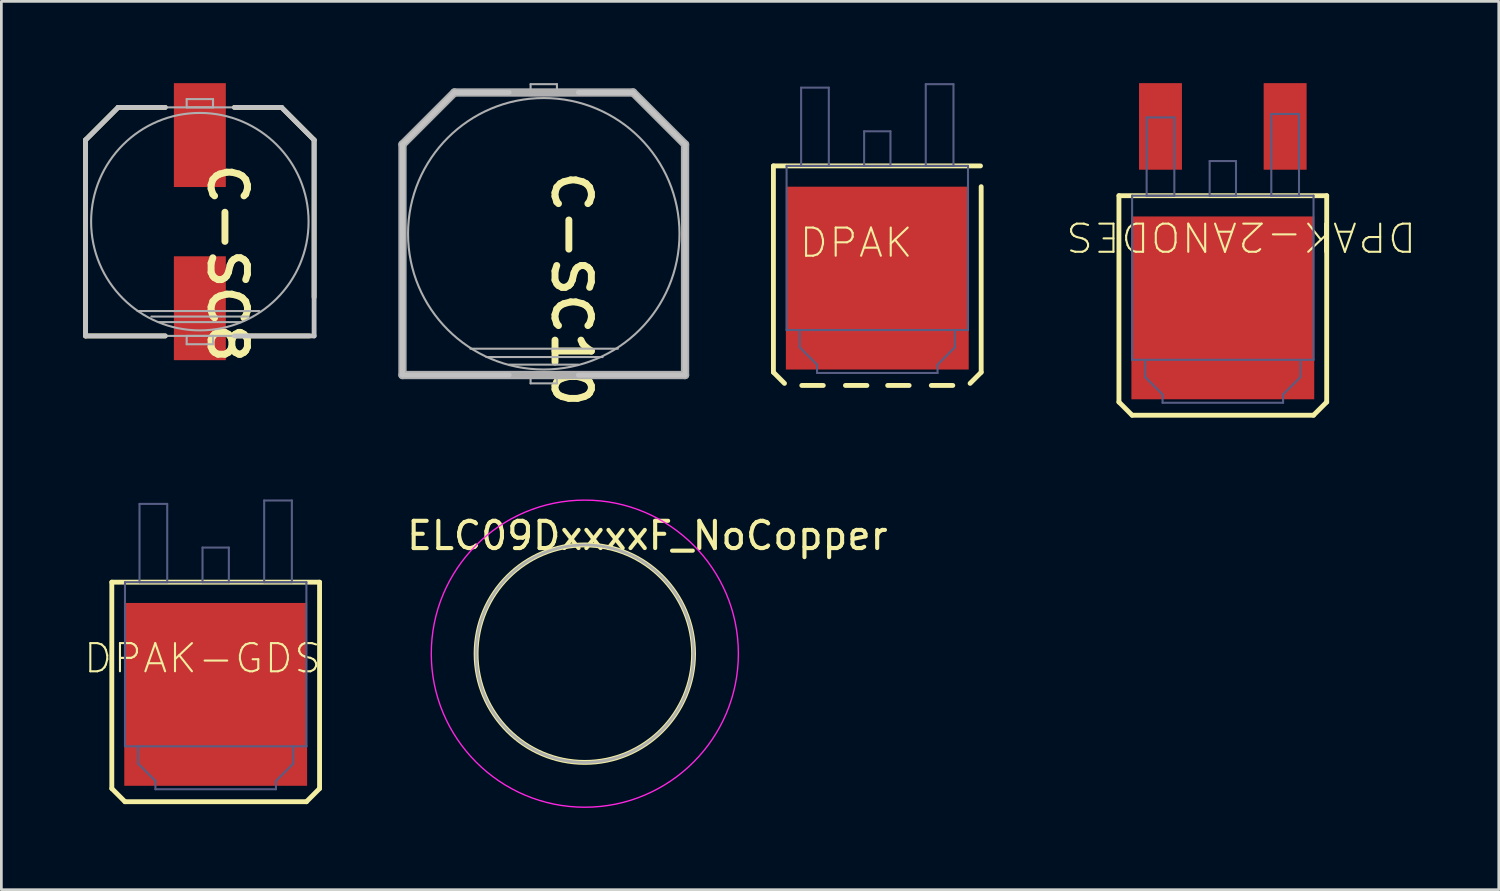
<source format=kicad_pcb>
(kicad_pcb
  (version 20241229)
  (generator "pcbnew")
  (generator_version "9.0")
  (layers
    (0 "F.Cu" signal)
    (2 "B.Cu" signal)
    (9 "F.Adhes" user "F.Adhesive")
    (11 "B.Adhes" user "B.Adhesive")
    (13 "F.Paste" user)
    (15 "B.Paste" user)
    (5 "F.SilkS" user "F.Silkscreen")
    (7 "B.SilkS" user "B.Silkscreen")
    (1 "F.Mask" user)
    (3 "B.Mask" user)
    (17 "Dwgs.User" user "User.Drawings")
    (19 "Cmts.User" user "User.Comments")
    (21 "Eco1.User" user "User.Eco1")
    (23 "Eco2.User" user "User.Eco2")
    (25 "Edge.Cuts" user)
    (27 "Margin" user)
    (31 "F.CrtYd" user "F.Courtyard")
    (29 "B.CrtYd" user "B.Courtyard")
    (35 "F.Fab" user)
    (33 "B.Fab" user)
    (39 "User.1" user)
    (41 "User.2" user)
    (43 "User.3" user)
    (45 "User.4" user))
  (footprint "C-SC10"
    (layer "F.Cu")
    (at 16.894 5.524)
    (property "Reference" "C-SC10" (at 1.016 2.032 270) (unlocked yes) (layer "F.SilkS") (effects (font (size 1.333 1.402) (thickness 0.254))))
    (attr smd)
    (fp_line (start -5.182 -3.277) (end -3.759 -4.699) (stroke (width 0.178) (type solid)) (layer "F.SilkS"))
    (fp_line (start -5.182 3.658) (end -5.182 -3.277) (stroke (width 0.178) (type solid)) (layer "F.SilkS"))
    (fp_line (start -5.182 5.182) (end -5.182 5.08) (stroke (width 0.178) (type solid)) (layer "F.SilkS"))
    (fp_line (start -5.182 5.182) (end -1.27 5.182) (stroke (width 0.178) (type solid)) (layer "F.SilkS"))
    (fp_line (start -3.454 -5.004) (end -3.277 -5.182) (stroke (width 0.178) (type solid)) (layer "F.SilkS"))
    (fp_line (start -3.277 -5.182) (end -1.27 -5.182) (stroke (width 0.178) (type solid)) (layer "F.SilkS"))
    (fp_line (start 1.27 -5.182) (end 3.277 -5.182) (stroke (width 0.178) (type solid)) (layer "F.SilkS"))
    (fp_line (start 1.27 5.182) (end 5.182 5.182) (stroke (width 0.178) (type solid)) (layer "F.SilkS"))
    (fp_line (start 3.277 -5.182) (end 5.182 -3.277) (stroke (width 0.178) (type solid)) (layer "F.SilkS"))
    (fp_line (start 5.182 5.182) (end 5.182 -3.277) (stroke (width 0.178) (type solid)) (layer "F.SilkS"))
    (fp_line (start -5.182 -3.277) (end -3.277 -5.182) (stroke (width 0.178) (type solid)) (layer "Dwgs.User"))
    (fp_line (start -5.182 5.182) (end -5.182 -3.277) (stroke (width 0.178) (type solid)) (layer "Dwgs.User"))
    (fp_line (start -5.182 5.182) (end -1.27 5.182) (stroke (width 0.178) (type solid)) (layer "Dwgs.User"))
    (fp_line (start -3.277 -5.182) (end -1.27 -5.182) (stroke (width 0.178) (type solid)) (layer "Dwgs.User"))
    (fp_line (start 1.27 -5.182) (end 3.277 -5.182) (stroke (width 0.178) (type solid)) (layer "Dwgs.User"))
    (fp_line (start 1.27 5.182) (end 5.182 5.182) (stroke (width 0.178) (type solid)) (layer "Dwgs.User"))
    (fp_line (start 3.277 -5.182) (end 5.182 -3.277) (stroke (width 0.178) (type solid)) (layer "Dwgs.User"))
    (fp_line (start 5.182 5.182) (end 5.182 -3.277) (stroke (width 0.178) (type solid)) (layer "Dwgs.User"))
    (fp_line (start -5.182 -3.277) (end -3.277 -5.182) (stroke (width 0.305) (type solid)) (layer "F.Fab"))
    (fp_line (start -5.182 5.182) (end -5.182 -3.277) (stroke (width 0.305) (type solid)) (layer "F.Fab"))
    (fp_line (start -5.182 5.182) (end 5.182 5.182) (stroke (width 0.305) (type solid)) (layer "F.Fab"))
    (fp_line (start -3.277 -5.182) (end 3.277 -5.182) (stroke (width 0.305) (type solid)) (layer "F.Fab"))
    (fp_line (start -2.692 4.216) (end 2.718 4.216) (stroke (width 0.076) (type solid)) (layer "F.Fab"))
    (fp_line (start -2.108 4.521) (end 2.159 4.521) (stroke (width 0.076) (type solid)) (layer "F.Fab"))
    (fp_line (start -1.27 4.801) (end 1.27 4.801) (stroke (width 0.076) (type solid)) (layer "F.Fab"))
    (fp_line (start -0.483 -5.486) (end 0.483 -5.486) (stroke (width 0.076) (type solid)) (layer "F.Fab"))
    (fp_line (start -0.483 -5.182) (end -0.483 -5.486) (stroke (width 0.076) (type solid)) (layer "F.Fab"))
    (fp_line (start -0.483 -5.182) (end 0.483 -5.182) (stroke (width 0.076) (type solid)) (layer "F.Fab"))
    (fp_line (start -0.483 5.182) (end 0.483 5.182) (stroke (width 0.076) (type solid)) (layer "F.Fab"))
    (fp_line (start -0.483 5.486) (end -0.483 5.182) (stroke (width 0.076) (type solid)) (layer "F.Fab"))
    (fp_line (start -0.483 5.486) (end 0.483 5.486) (stroke (width 0.076) (type solid)) (layer "F.Fab"))
    (fp_line (start 0.483 -5.182) (end 0.483 -5.486) (stroke (width 0.076) (type solid)) (layer "F.Fab"))
    (fp_line (start 0.483 5.486) (end 0.483 5.182) (stroke (width 0.076) (type solid)) (layer "F.Fab"))
    (fp_line (start 3.277 -5.182) (end 5.182 -3.277) (stroke (width 0.305) (type solid)) (layer "F.Fab"))
    (fp_line (start 5.182 5.182) (end 5.182 -3.277) (stroke (width 0.305) (type solid)) (layer "F.Fab"))
    (fp_circle (center 0 0) (end 4.978 0) (stroke (width 0.076) (type solid)) (fill no) (layer "F.Fab")))
  (footprint "DPAK"
    (layer "F.Cu")
    (at 29.127 5.372)
    (property "Reference" "DPAK" (at -0.775 0.483 0) (unlocked yes) (layer "F.SilkS") (effects (font (size 1.033 1.087) (thickness 0.076))))
    (attr smd)
    (fp_line (start -3.81 -2.337) (end -3.81 5.232) (stroke (width 0.178) (type solid)) (layer "F.SilkS"))
    (fp_line (start -3.404 5.639) (end -3.81 5.232) (stroke (width 0.178) (type solid)) (layer "F.SilkS"))
    (fp_line (start -1.981 5.715) (end -2.769 5.715) (stroke (width 0.178) (type solid)) (layer "F.SilkS"))
    (fp_line (start -0.381 5.715) (end -1.168 5.715) (stroke (width 0.178) (type solid)) (layer "F.SilkS"))
    (fp_line (start 1.168 5.715) (end 0.381 5.715) (stroke (width 0.178) (type solid)) (layer "F.SilkS"))
    (fp_line (start 2.769 5.715) (end 1.981 5.715) (stroke (width 0.178) (type solid)) (layer "F.SilkS"))
    (fp_line (start 3.785 -2.337) (end -3.81 -2.337) (stroke (width 0.178) (type solid)) (layer "F.SilkS"))
    (fp_line (start 3.81 -1.575) (end 3.81 5.232) (stroke (width 0.178) (type solid)) (layer "F.SilkS"))
    (fp_line (start 3.81 5.232) (end 3.404 5.639) (stroke (width 0.178) (type solid)) (layer "F.SilkS"))
    (fp_line (start -3.327 -2.337) (end -3.327 3.683) (stroke (width 0.076) (type solid)) (layer "B.Fab"))
    (fp_line (start -2.845 3.683) (end -2.845 4.318) (stroke (width 0.076) (type solid)) (layer "B.Fab"))
    (fp_line (start -2.794 -5.207) (end -2.794 -2.337) (stroke (width 0.076) (type solid)) (layer "B.Fab"))
    (fp_line (start -2.21 4.953) (end -2.845 4.318) (stroke (width 0.076) (type solid)) (layer "B.Fab"))
    (fp_line (start -2.21 4.953) (end -2.21 5.258) (stroke (width 0.076) (type solid)) (layer "B.Fab"))
    (fp_line (start -1.778 -5.207) (end -2.794 -5.207) (stroke (width 0.076) (type solid)) (layer "B.Fab"))
    (fp_line (start -1.778 -5.207) (end -1.778 -2.337) (stroke (width 0.076) (type solid)) (layer "B.Fab"))
    (fp_line (start -1.778 -2.337) (end -2.794 -2.337) (stroke (width 0.076) (type solid)) (layer "B.Fab"))
    (fp_line (start -0.483 -3.607) (end -0.483 -2.337) (stroke (width 0.076) (type solid)) (layer "B.Fab"))
    (fp_line (start 0.483 -3.607) (end -0.483 -3.607) (stroke (width 0.076) (type solid)) (layer "B.Fab"))
    (fp_line (start 0.483 -3.607) (end 0.483 -2.337) (stroke (width 0.076) (type solid)) (layer "B.Fab"))
    (fp_line (start 0.483 -2.337) (end -0.483 -2.337) (stroke (width 0.076) (type solid)) (layer "B.Fab"))
    (fp_line (start 1.778 -5.334) (end 1.778 -2.337) (stroke (width 0.076) (type solid)) (layer "B.Fab"))
    (fp_line (start 2.21 4.953) (end 2.21 5.258) (stroke (width 0.076) (type solid)) (layer "B.Fab"))
    (fp_line (start 2.21 5.258) (end -2.21 5.258) (stroke (width 0.076) (type solid)) (layer "B.Fab"))
    (fp_line (start 2.794 -5.334) (end 1.778 -5.334) (stroke (width 0.076) (type solid)) (layer "B.Fab"))
    (fp_line (start 2.794 -5.334) (end 2.794 -2.337) (stroke (width 0.076) (type solid)) (layer "B.Fab"))
    (fp_line (start 2.794 -2.337) (end 1.778 -2.337) (stroke (width 0.076) (type solid)) (layer "B.Fab"))
    (fp_line (start 2.845 3.683) (end 2.845 4.318) (stroke (width 0.076) (type solid)) (layer "B.Fab"))
    (fp_line (start 2.845 4.318) (end 2.21 4.953) (stroke (width 0.076) (type solid)) (layer "B.Fab"))
    (fp_line (start 3.327 -2.337) (end -3.327 -2.337) (stroke (width 0.076) (type solid)) (layer "B.Fab"))
    (fp_line (start 3.327 -2.337) (end 3.327 3.683) (stroke (width 0.076) (type solid)) (layer "B.Fab"))
    (fp_line (start 3.327 3.683) (end -3.327 3.683) (stroke (width 0.076) (type solid)) (layer "B.Fab"))
    (pad "2" smd rect (at 0 1.778 180) (size 6.706 6.706) (layers "F.Cu" "F.Mask" "F.Paste")))
  (footprint "C-SC8"
    (layer "F.Cu")
    (at 4.28 5.08)
    (property "Reference" "C-SC8" (at 1.016 1.524 270) (unlocked yes) (layer "F.SilkS") (effects (font (size 1.333 1.402) (thickness 0.254))))
    (attr smd)
    (fp_line (start -4.191 -2.997) (end -2.997 -4.191) (stroke (width 0.178) (type solid)) (layer "F.SilkS"))
    (fp_line (start -4.191 4.191) (end -4.191 -2.997) (stroke (width 0.178) (type solid)) (layer "F.SilkS"))
    (fp_line (start -4.191 4.191) (end -1.27 4.191) (stroke (width 0.178) (type solid)) (layer "F.SilkS"))
    (fp_line (start -2.997 -4.191) (end -1.27 -4.191) (stroke (width 0.178) (type solid)) (layer "F.SilkS"))
    (fp_line (start 1.27 -4.191) (end 2.997 -4.191) (stroke (width 0.178) (type solid)) (layer "F.SilkS"))
    (fp_line (start 1.27 4.191) (end 4.013 4.191) (stroke (width 0.178) (type solid)) (layer "F.SilkS"))
    (fp_line (start 2.997 -4.191) (end 4.191 -2.997) (stroke (width 0.178) (type solid)) (layer "F.SilkS"))
    (fp_line (start 4.191 2.769) (end 4.191 -2.997) (stroke (width 0.178) (type solid)) (layer "F.SilkS"))
    (fp_line (start -4.191 -2.997) (end -2.997 -4.191) (stroke (width 0.178) (type solid)) (layer "Dwgs.User"))
    (fp_line (start -4.191 4.191) (end -4.191 -2.997) (stroke (width 0.178) (type solid)) (layer "Dwgs.User"))
    (fp_line (start -4.191 4.191) (end -1.27 4.191) (stroke (width 0.178) (type solid)) (layer "Dwgs.User"))
    (fp_line (start -2.997 -4.191) (end -1.27 -4.191) (stroke (width 0.178) (type solid)) (layer "Dwgs.User"))
    (fp_line (start 1.27 -4.191) (end 2.997 -4.191) (stroke (width 0.178) (type solid)) (layer "Dwgs.User"))
    (fp_line (start 1.27 4.191) (end 4.191 4.191) (stroke (width 0.178) (type solid)) (layer "Dwgs.User"))
    (fp_line (start 2.997 -4.191) (end 4.191 -2.997) (stroke (width 0.178) (type solid)) (layer "Dwgs.User"))
    (fp_line (start 4.191 4.191) (end 4.191 -2.997) (stroke (width 0.178) (type solid)) (layer "Dwgs.User"))
    (fp_line (start -4.191 -2.997) (end -2.997 -4.191) (stroke (width 0.076) (type solid)) (layer "F.Fab"))
    (fp_line (start -4.191 4.191) (end -4.191 -2.997) (stroke (width 0.076) (type solid)) (layer "F.Fab"))
    (fp_line (start -4.191 4.191) (end 4.191 4.191) (stroke (width 0.076) (type solid)) (layer "F.Fab"))
    (fp_line (start -2.997 -4.191) (end 2.997 -4.191) (stroke (width 0.076) (type solid)) (layer "F.Fab"))
    (fp_line (start -2.286 3.277) (end 2.184 3.277) (stroke (width 0.076) (type solid)) (layer "F.Fab"))
    (fp_line (start -1.778 3.48) (end 1.778 3.48) (stroke (width 0.076) (type solid)) (layer "F.Fab"))
    (fp_line (start -1.499 3.683) (end 1.499 3.683) (stroke (width 0.076) (type solid)) (layer "F.Fab"))
    (fp_line (start -0.483 -4.496) (end 0.483 -4.496) (stroke (width 0.076) (type solid)) (layer "F.Fab"))
    (fp_line (start -0.483 -4.191) (end -0.483 -4.496) (stroke (width 0.076) (type solid)) (layer "F.Fab"))
    (fp_line (start -0.483 -4.191) (end 0.483 -4.191) (stroke (width 0.076) (type solid)) (layer "F.Fab"))
    (fp_line (start -0.483 4.191) (end 0.483 4.191) (stroke (width 0.076) (type solid)) (layer "F.Fab"))
    (fp_line (start -0.483 4.496) (end -0.483 4.191) (stroke (width 0.076) (type solid)) (layer "F.Fab"))
    (fp_line (start -0.483 4.496) (end 0.483 4.496) (stroke (width 0.076) (type solid)) (layer "F.Fab"))
    (fp_line (start 0.483 -4.191) (end 0.483 -4.496) (stroke (width 0.076) (type solid)) (layer "F.Fab"))
    (fp_line (start 0.483 4.496) (end 0.483 4.191) (stroke (width 0.076) (type solid)) (layer "F.Fab"))
    (fp_line (start 2.997 -4.191) (end 4.191 -2.997) (stroke (width 0.076) (type solid)) (layer "F.Fab"))
    (fp_line (start 4.191 4.191) (end 4.191 -2.997) (stroke (width 0.076) (type solid)) (layer "F.Fab"))
    (fp_circle (center 0 0) (end 3.988 0) (stroke (width 0.076) (type solid)) (fill no) (layer "F.Fab"))
    (pad "+" smd rect (at 0 -3.175) (size 1.905 3.81) (layers "F.Cu" "F.Mask" "F.Paste"))
    (pad "-" smd rect (at 0 3.175) (size 1.905 3.81) (layers "F.Cu" "F.Mask" "F.Paste")))
  (footprint "ELC09DxxxxF_NoCopper"
    (layer "F.Cu")
    (at 18.4 20.925)
    (property "Reference" "ELC09DxxxxF_NoCopper" (at 2.294 -4.328 0) (layer "F.SilkS") (effects (font (size 1 1) (thickness 0.15))))
    (attr exclude_from_pos_files exclude_from_bom)
    (fp_circle (center 0 0) (end 3.988 0) (stroke (width 0.178) (type solid)) (fill no) (layer "F.SilkS"))
    (fp_circle (center 0 0) (end 0 5.632) (stroke (width 0.05) (type solid)) (fill no) (layer "F.CrtYd"))
    (fp_circle (center 0 0) (end 0 3.988) (stroke (width 0.1) (type solid)) (fill no) (layer "F.Fab"))
    (pad "" smd oval (at 0 -2.5) (size 2.235 2.235) (layers "F.Mask"))
    (pad "" smd oval (at 0 2.5) (size 2.235 2.235) (layers "F.Mask")))
  (footprint "DPAK-2ANODES"
    (layer "F.Cu")
    (at 41.8 6.464)
    (property "Reference" "DPAK-2ANODES" (at 0.673 -0.838 180) (unlocked yes) (layer "F.SilkS") (effects (font (size 1.033 1.087) (thickness 0.076))))
    (attr smd)
    (fp_line (start -3.81 -2.337) (end -3.81 5.232) (stroke (width 0.178) (type solid)) (layer "F.SilkS"))
    (fp_line (start -3.327 5.715) (end -3.81 5.232) (stroke (width 0.178) (type solid)) (layer "F.SilkS"))
    (fp_line (start 3.327 5.715) (end -3.327 5.715) (stroke (width 0.178) (type solid)) (layer "F.SilkS"))
    (fp_line (start 3.81 -2.337) (end -3.81 -2.337) (stroke (width 0.178) (type solid)) (layer "F.SilkS"))
    (fp_line (start 3.81 -2.337) (end 3.81 5.232) (stroke (width 0.178) (type solid)) (layer "F.SilkS"))
    (fp_line (start 3.81 5.232) (end 3.327 5.715) (stroke (width 0.178) (type solid)) (layer "F.SilkS"))
    (fp_line (start -3.327 -2.337) (end -3.327 3.683) (stroke (width 0.076) (type solid)) (layer "B.Fab"))
    (fp_line (start -2.845 3.683) (end -2.845 4.318) (stroke (width 0.076) (type solid)) (layer "B.Fab"))
    (fp_line (start -2.794 -5.207) (end -2.794 -2.337) (stroke (width 0.076) (type solid)) (layer "B.Fab"))
    (fp_line (start -2.21 4.953) (end -2.845 4.318) (stroke (width 0.076) (type solid)) (layer "B.Fab"))
    (fp_line (start -2.21 4.953) (end -2.21 5.258) (stroke (width 0.076) (type solid)) (layer "B.Fab"))
    (fp_line (start -1.778 -5.207) (end -2.794 -5.207) (stroke (width 0.076) (type solid)) (layer "B.Fab"))
    (fp_line (start -1.778 -5.207) (end -1.778 -2.337) (stroke (width 0.076) (type solid)) (layer "B.Fab"))
    (fp_line (start -1.778 -2.337) (end -2.794 -2.337) (stroke (width 0.076) (type solid)) (layer "B.Fab"))
    (fp_line (start -0.483 -3.607) (end -0.483 -2.337) (stroke (width 0.076) (type solid)) (layer "B.Fab"))
    (fp_line (start 0.483 -3.607) (end -0.483 -3.607) (stroke (width 0.076) (type solid)) (layer "B.Fab"))
    (fp_line (start 0.483 -3.607) (end 0.483 -2.337) (stroke (width 0.076) (type solid)) (layer "B.Fab"))
    (fp_line (start 0.483 -2.337) (end -0.483 -2.337) (stroke (width 0.076) (type solid)) (layer "B.Fab"))
    (fp_line (start 1.778 -5.334) (end 1.778 -2.337) (stroke (width 0.076) (type solid)) (layer "B.Fab"))
    (fp_line (start 2.21 4.953) (end 2.21 5.258) (stroke (width 0.076) (type solid)) (layer "B.Fab"))
    (fp_line (start 2.21 5.258) (end -2.21 5.258) (stroke (width 0.076) (type solid)) (layer "B.Fab"))
    (fp_line (start 2.794 -5.334) (end 1.778 -5.334) (stroke (width 0.076) (type solid)) (layer "B.Fab"))
    (fp_line (start 2.794 -5.334) (end 2.794 -2.337) (stroke (width 0.076) (type solid)) (layer "B.Fab"))
    (fp_line (start 2.794 -2.337) (end 1.778 -2.337) (stroke (width 0.076) (type solid)) (layer "B.Fab"))
    (fp_line (start 2.845 3.683) (end 2.845 4.318) (stroke (width 0.076) (type solid)) (layer "B.Fab"))
    (fp_line (start 2.845 4.318) (end 2.21 4.953) (stroke (width 0.076) (type solid)) (layer "B.Fab"))
    (fp_line (start 3.327 -2.337) (end -3.327 -2.337) (stroke (width 0.076) (type solid)) (layer "B.Fab"))
    (fp_line (start 3.327 -2.337) (end 3.327 3.683) (stroke (width 0.076) (type solid)) (layer "B.Fab"))
    (fp_line (start 3.327 3.683) (end -3.327 3.683) (stroke (width 0.076) (type solid)) (layer "B.Fab"))
    (pad "A1" smd rect (at 2.286 -4.877 180) (size 1.575 3.175) (layers "F.Cu" "F.Mask" "F.Paste"))
    (pad "A2" smd rect (at -2.286 -4.877 180) (size 1.575 3.175) (layers "F.Cu" "F.Mask" "F.Paste"))
    (pad "K" smd rect (at 0 1.778 180) (size 6.706 6.706) (layers "F.Cu" "F.Mask" "F.Paste")))
  (footprint "DPAK-GDS"
    (layer "F.Cu")
    (at 4.861 20.64)
    (property "Reference" "DPAK-GDS" (at -0.483 0.457 0) (unlocked yes) (layer "F.SilkS") (effects (font (size 1.033 1.087) (thickness 0.076))))
    (attr smd)
    (fp_line (start -3.81 -2.337) (end -3.81 5.232) (stroke (width 0.178) (type solid)) (layer "F.SilkS"))
    (fp_line (start -3.327 5.715) (end -3.81 5.232) (stroke (width 0.178) (type solid)) (layer "F.SilkS"))
    (fp_line (start 3.327 5.715) (end -3.327 5.715) (stroke (width 0.178) (type solid)) (layer "F.SilkS"))
    (fp_line (start 3.81 -2.337) (end -3.81 -2.337) (stroke (width 0.178) (type solid)) (layer "F.SilkS"))
    (fp_line (start 3.81 -2.337) (end 3.81 5.232) (stroke (width 0.178) (type solid)) (layer "F.SilkS"))
    (fp_line (start 3.81 5.232) (end 3.327 5.715) (stroke (width 0.178) (type solid)) (layer "F.SilkS"))
    (fp_line (start -3.327 -2.337) (end -3.327 3.683) (stroke (width 0.076) (type solid)) (layer "B.Fab"))
    (fp_line (start -2.845 3.683) (end -2.845 4.318) (stroke (width 0.076) (type solid)) (layer "B.Fab"))
    (fp_line (start -2.794 -5.207) (end -2.794 -2.337) (stroke (width 0.076) (type solid)) (layer "B.Fab"))
    (fp_line (start -2.21 4.953) (end -2.845 4.318) (stroke (width 0.076) (type solid)) (layer "B.Fab"))
    (fp_line (start -2.21 4.953) (end -2.21 5.258) (stroke (width 0.076) (type solid)) (layer "B.Fab"))
    (fp_line (start -1.778 -5.207) (end -2.794 -5.207) (stroke (width 0.076) (type solid)) (layer "B.Fab"))
    (fp_line (start -1.778 -5.207) (end -1.778 -2.337) (stroke (width 0.076) (type solid)) (layer "B.Fab"))
    (fp_line (start -1.778 -2.337) (end -2.794 -2.337) (stroke (width 0.076) (type solid)) (layer "B.Fab"))
    (fp_line (start -0.483 -3.607) (end -0.483 -2.337) (stroke (width 0.076) (type solid)) (layer "B.Fab"))
    (fp_line (start 0.483 -3.607) (end -0.483 -3.607) (stroke (width 0.076) (type solid)) (layer "B.Fab"))
    (fp_line (start 0.483 -3.607) (end 0.483 -2.337) (stroke (width 0.076) (type solid)) (layer "B.Fab"))
    (fp_line (start 0.483 -2.337) (end -0.483 -2.337) (stroke (width 0.076) (type solid)) (layer "B.Fab"))
    (fp_line (start 1.778 -5.334) (end 1.778 -2.337) (stroke (width 0.076) (type solid)) (layer "B.Fab"))
    (fp_line (start 2.21 4.953) (end 2.21 5.258) (stroke (width 0.076) (type solid)) (layer "B.Fab"))
    (fp_line (start 2.21 5.258) (end -2.21 5.258) (stroke (width 0.076) (type solid)) (layer "B.Fab"))
    (fp_line (start 2.794 -5.334) (end 1.778 -5.334) (stroke (width 0.076) (type solid)) (layer "B.Fab"))
    (fp_line (start 2.794 -5.334) (end 2.794 -2.337) (stroke (width 0.076) (type solid)) (layer "B.Fab"))
    (fp_line (start 2.794 -2.337) (end 1.778 -2.337) (stroke (width 0.076) (type solid)) (layer "B.Fab"))
    (fp_line (start 2.845 3.683) (end 2.845 4.318) (stroke (width 0.076) (type solid)) (layer "B.Fab"))
    (fp_line (start 2.845 4.318) (end 2.21 4.953) (stroke (width 0.076) (type solid)) (layer "B.Fab"))
    (fp_line (start 3.327 -2.337) (end -3.327 -2.337) (stroke (width 0.076) (type solid)) (layer "B.Fab"))
    (fp_line (start 3.327 -2.337) (end 3.327 3.683) (stroke (width 0.076) (type solid)) (layer "B.Fab"))
    (fp_line (start 3.327 3.683) (end -3.327 3.683) (stroke (width 0.076) (type solid)) (layer "B.Fab"))
    (pad "D" smd rect (at 0 1.778 180) (size 6.706 6.706) (layers "F.Cu" "F.Mask" "F.Paste")))
  (gr_rect
    (start -3 -3)
    (end 51.921 29.583)
    (stroke (width 0.1) (type default))
    (fill no)
    (layer "Edge.Cuts")))
</source>
